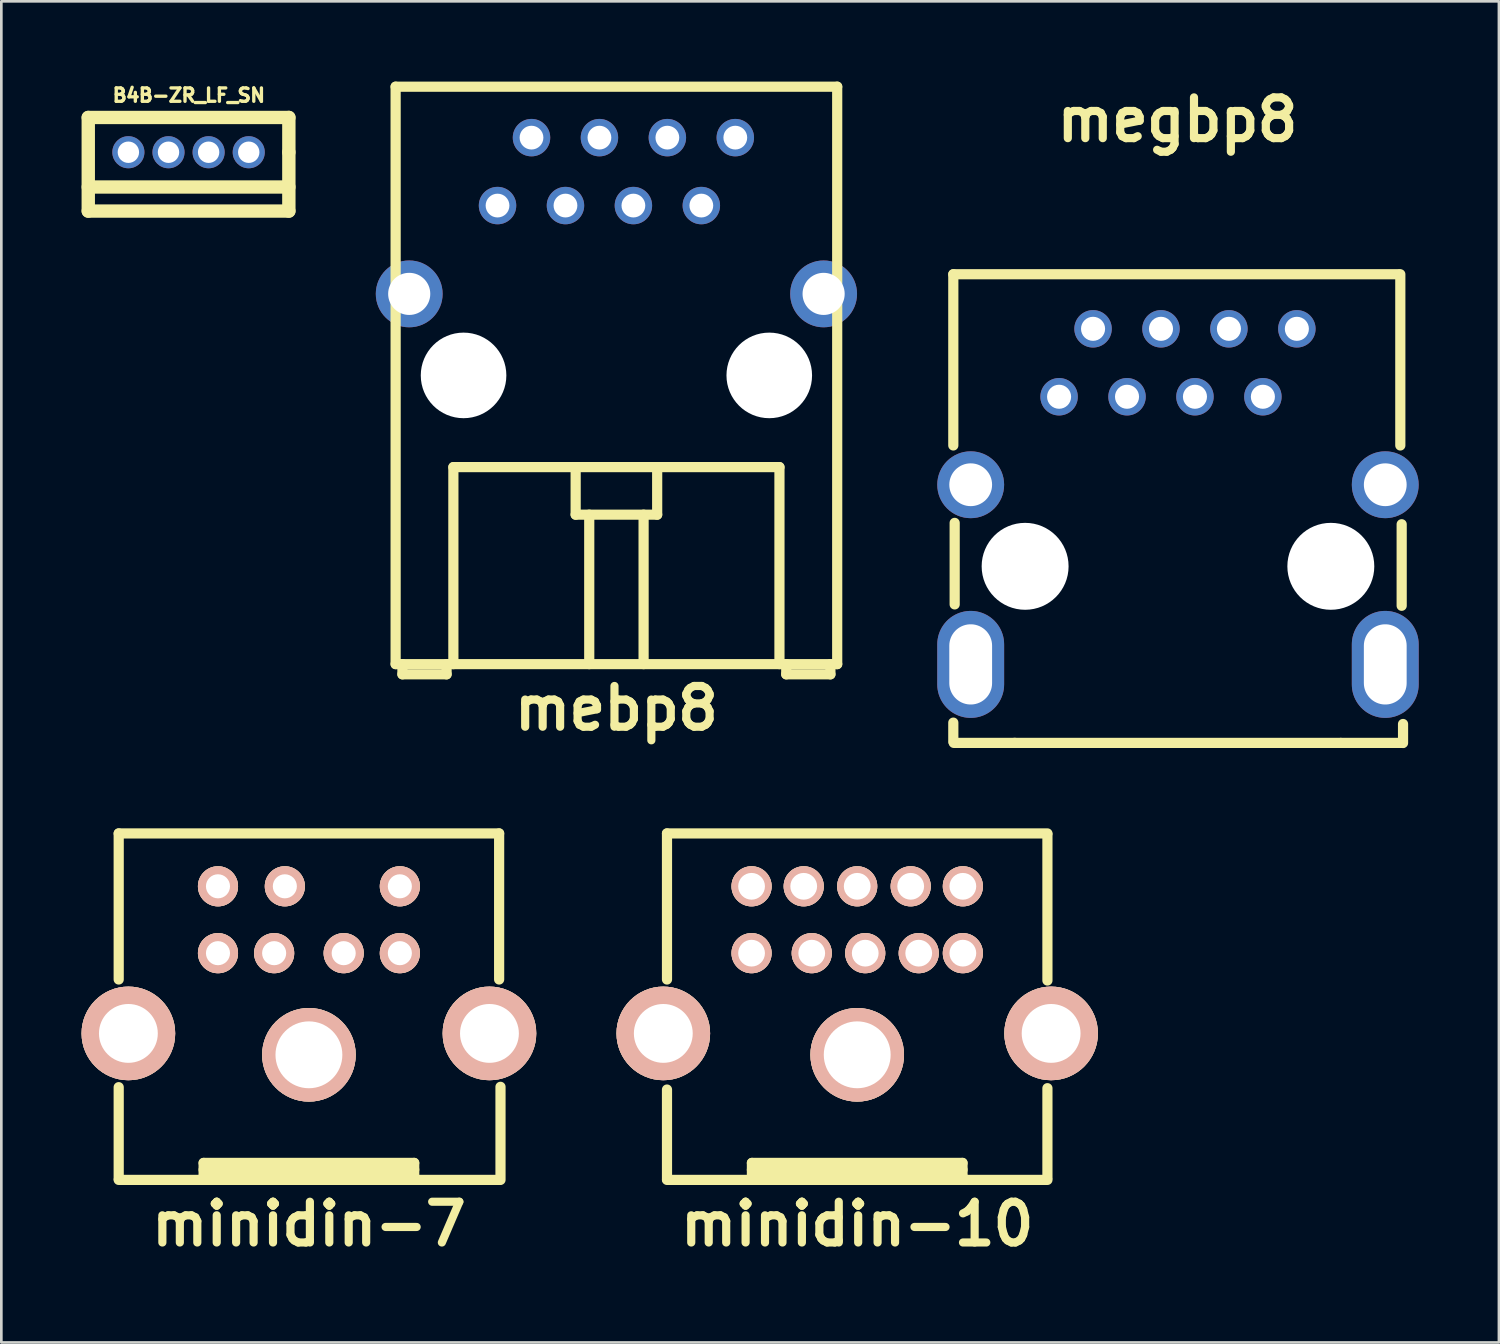
<source format=kicad_pcb>
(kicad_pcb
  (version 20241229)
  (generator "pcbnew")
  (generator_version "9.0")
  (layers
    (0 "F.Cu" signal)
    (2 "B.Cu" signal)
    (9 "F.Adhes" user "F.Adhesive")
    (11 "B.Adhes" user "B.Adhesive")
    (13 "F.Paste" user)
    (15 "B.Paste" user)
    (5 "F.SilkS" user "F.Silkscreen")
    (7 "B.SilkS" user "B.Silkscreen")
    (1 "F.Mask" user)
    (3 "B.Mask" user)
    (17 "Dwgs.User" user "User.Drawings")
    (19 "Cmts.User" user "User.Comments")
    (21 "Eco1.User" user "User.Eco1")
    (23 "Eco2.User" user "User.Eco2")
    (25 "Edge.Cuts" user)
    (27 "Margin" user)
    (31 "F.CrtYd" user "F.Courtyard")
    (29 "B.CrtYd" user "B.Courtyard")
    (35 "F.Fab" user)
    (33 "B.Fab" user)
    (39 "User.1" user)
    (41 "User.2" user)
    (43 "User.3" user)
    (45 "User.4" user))
  (footprint "mebp8"
    (layer "F.Cu")
    (at 19.997 10.986)
    (property "Reference" "mebp8" (at 0 12.446 0) (layer "F.SilkS") (effects (font (size 1.524 1.524) (thickness 0.305))))
    (attr through_hole)
    (fp_line (start -8.255 -10.795) (end 8.255 -10.795) (stroke (width 0.381) (type solid)) (layer "F.SilkS"))
    (fp_line (start -8.255 10.795) (end -8.255 -10.795) (stroke (width 0.381) (type solid)) (layer "F.SilkS"))
    (fp_line (start -8.255 10.795) (end 8.255 10.795) (stroke (width 0.381) (type solid)) (layer "F.SilkS"))
    (fp_line (start -8.001 11.176) (end -8.001 10.795) (stroke (width 0.381) (type solid)) (layer "F.SilkS"))
    (fp_line (start -8.001 11.176) (end -6.35 11.176) (stroke (width 0.381) (type solid)) (layer "F.SilkS"))
    (fp_line (start -6.35 11.176) (end -6.35 10.795) (stroke (width 0.381) (type solid)) (layer "F.SilkS"))
    (fp_line (start -6.096 3.429) (end -6.096 10.795) (stroke (width 0.381) (type solid)) (layer "F.SilkS"))
    (fp_line (start -6.096 3.429) (end 6.096 3.429) (stroke (width 0.381) (type solid)) (layer "F.SilkS"))
    (fp_line (start -1.524 5.207) (end -1.524 3.429) (stroke (width 0.381) (type solid)) (layer "F.SilkS"))
    (fp_line (start -1.016 10.795) (end -1.016 5.207) (stroke (width 0.381) (type solid)) (layer "F.SilkS"))
    (fp_line (start 1.016 5.207) (end 1.016 10.795) (stroke (width 0.381) (type solid)) (layer "F.SilkS"))
    (fp_line (start 1.524 3.429) (end 1.524 5.207) (stroke (width 0.381) (type solid)) (layer "F.SilkS"))
    (fp_line (start 1.524 5.207) (end -1.524 5.207) (stroke (width 0.381) (type solid)) (layer "F.SilkS"))
    (fp_line (start 6.096 3.429) (end 6.096 10.795) (stroke (width 0.381) (type solid)) (layer "F.SilkS"))
    (fp_line (start 6.35 11.176) (end 6.35 10.795) (stroke (width 0.381) (type solid)) (layer "F.SilkS"))
    (fp_line (start 6.35 11.176) (end 8.001 11.176) (stroke (width 0.381) (type solid)) (layer "F.SilkS"))
    (fp_line (start 8.001 11.176) (end 8.001 10.795) (stroke (width 0.381) (type solid)) (layer "F.SilkS"))
    (fp_line (start 8.255 -10.795) (end 8.255 10.795) (stroke (width 0.381) (type solid)) (layer "F.SilkS"))
    (pad "" thru_hole circle (at -7.747 -3.048) (size 2.499 2.499) (drill 1.575) (layers "*.Cu" "*.Mask"))
    (pad "" np_thru_hole circle (at -5.715 0) (size 3.2 3.2) (drill 3.2) (layers "*.Cu"))
    (pad "" np_thru_hole circle (at 5.715 0) (size 3.2 3.2) (drill 3.2) (layers "*.Cu"))
    (pad "" thru_hole circle (at 7.747 -3.048) (size 2.499 2.499) (drill 1.575) (layers "*.Cu" "*.Mask"))
    (pad "1" thru_hole circle (at -4.445 -6.35) (size 1.4 1.4) (drill 0.889) (layers "*.Cu" "*.Mask"))
    (pad "2" thru_hole circle (at -3.175 -8.89) (size 1.4 1.4) (drill 0.889) (layers "*.Cu" "*.Mask"))
    (pad "3" thru_hole circle (at -1.905 -6.35) (size 1.4 1.4) (drill 0.889) (layers "*.Cu" "*.Mask"))
    (pad "4" thru_hole circle (at -0.635 -8.89) (size 1.4 1.4) (drill 0.889) (layers "*.Cu" "*.Mask"))
    (pad "5" thru_hole circle (at 0.635 -6.35) (size 1.4 1.4) (drill 0.889) (layers "*.Cu" "*.Mask"))
    (pad "6" thru_hole circle (at 1.905 -8.89) (size 1.4 1.4) (drill 0.889) (layers "*.Cu" "*.Mask"))
    (pad "7" thru_hole circle (at 3.175 -6.35) (size 1.4 1.4) (drill 0.889) (layers "*.Cu" "*.Mask"))
    (pad "8" thru_hole circle (at 4.445 -8.89) (size 1.4 1.4) (drill 0.889) (layers "*.Cu" "*.Mask")))
  (footprint "B4B-ZR_LF_SN"
    (layer "F.Cu")
    (at 4 2.642)
    (property "Reference" "B4B-ZR_LF_SN" (at 0.01 -2.13 0) (layer "F.SilkS") (effects (font (size 0.5 0.5) (thickness 0.125))))
    (attr through_hole)
    (fp_line (start -3.75 -1.3) (end 3.75 -1.3) (stroke (width 0.5) (type solid)) (layer "F.SilkS"))
    (fp_line (start -3.75 1.3) (end 3.75 1.3) (stroke (width 0.5) (type solid)) (layer "F.SilkS"))
    (fp_line (start -3.75 2.2) (end -3.75 -1.3) (stroke (width 0.5) (type solid)) (layer "F.SilkS"))
    (fp_line (start 3.75 -1.3) (end 3.75 0) (stroke (width 0.5) (type solid)) (layer "F.SilkS"))
    (fp_line (start 3.75 0) (end 3.75 2.2) (stroke (width 0.5) (type solid)) (layer "F.SilkS"))
    (fp_line (start 3.75 2.2) (end -3.75 2.2) (stroke (width 0.5) (type solid)) (layer "F.SilkS"))
    (pad "1" thru_hole circle (at -2.25 0) (size 1.2 1.2) (drill 0.8) (layers "*.Cu" "*.Mask"))
    (pad "2" thru_hole circle (at -0.75 0) (size 1.2 1.2) (drill 0.8) (layers "*.Cu" "*.Mask"))
    (pad "3" thru_hole circle (at 0.75 0) (size 1.2 1.2) (drill 0.8) (layers "*.Cu" "*.Mask"))
    (pad "4" thru_hole circle (at 2.25 0) (size 1.2 1.2) (drill 0.8) (layers "*.Cu" "*.Mask")))
  (footprint "megbp8"
    (layer "F.Cu")
    (at 40.975 18.126)
    (property "Reference" "megbp8" (at 0 -16.7 0) (layer "F.SilkS") (effects (font (size 1.524 1.524) (thickness 0.305))))
    (attr through_hole)
    (fp_line (start -8.382 -10.922) (end -8.382 -4.521) (stroke (width 0.381) (type solid)) (layer "F.SilkS"))
    (fp_line (start -8.382 -10.922) (end 8.273 -10.922) (stroke (width 0.381) (type solid)) (layer "F.SilkS"))
    (fp_line (start -8.382 5.842) (end -8.382 6.553) (stroke (width 0.381) (type solid)) (layer "F.SilkS"))
    (fp_line (start -8.364 6.6) (end -6.078 6.6) (stroke (width 0.381) (type solid)) (layer "F.SilkS"))
    (fp_line (start -8.331 -1.626) (end -8.331 1.422) (stroke (width 0.381) (type solid)) (layer "F.SilkS"))
    (fp_line (start -6.096 6.6) (end 6.096 6.6) (stroke (width 0.381) (type solid)) (layer "F.SilkS"))
    (fp_line (start 8.331 -10.922) (end 8.331 -4.521) (stroke (width 0.381) (type solid)) (layer "F.SilkS"))
    (fp_line (start 8.382 -1.575) (end 8.382 1.473) (stroke (width 0.381) (type solid)) (layer "F.SilkS"))
    (fp_line (start 8.4 6.6) (end 6.114 6.6) (stroke (width 0.381) (type solid)) (layer "F.SilkS"))
    (fp_line (start 8.433 5.893) (end 8.433 6.604) (stroke (width 0.381) (type solid)) (layer "F.SilkS"))
    (pad "" np_thru_hole circle (at -5.697 -0.002) (size 3.25 3.25) (drill 3.25) (layers "*.Cu"))
    (pad "" np_thru_hole circle (at 5.733 -0.002) (size 3.25 3.25) (drill 3.25) (layers "*.Cu"))
    (pad "1" thru_hole circle (at -4.427 -6.342) (size 1.4 1.4) (drill 0.9) (layers "*.Cu" "*.Mask"))
    (pad "2" thru_hole circle (at -3.157 -8.882) (size 1.4 1.4) (drill 0.9) (layers "*.Cu" "*.Mask"))
    (pad "3" thru_hole circle (at -1.887 -6.342) (size 1.4 1.4) (drill 0.9) (layers "*.Cu" "*.Mask"))
    (pad "4" thru_hole circle (at -0.617 -8.882) (size 1.4 1.4) (drill 0.9) (layers "*.Cu" "*.Mask"))
    (pad "5" thru_hole circle (at 0.653 -6.342) (size 1.4 1.4) (drill 0.9) (layers "*.Cu" "*.Mask"))
    (pad "6" thru_hole circle (at 1.923 -8.882) (size 1.4 1.4) (drill 0.9) (layers "*.Cu" "*.Mask"))
    (pad "7" thru_hole circle (at 3.193 -6.342) (size 1.4 1.4) (drill 0.9) (layers "*.Cu" "*.Mask"))
    (pad "8" thru_hole circle (at 4.463 -8.882) (size 1.4 1.4) (drill 0.9) (layers "*.Cu" "*.Mask"))
    (pad "SH" thru_hole circle (at -7.732 -3.052) (size 2.5 2.5) (drill 1.6) (layers "*.Cu" "*.Mask"))
    (pad "SH" thru_hole oval (at -7.732 3.665) (size 2.5 4) (drill oval 1.6 3) (layers "*.Cu" "*.Mask"))
    (pad "SH" thru_hole circle (at 7.768 -3.052) (size 2.5 2.5) (drill 1.6) (layers "*.Cu" "*.Mask"))
    (pad "SH" thru_hole oval (at 7.768 3.665) (size 2.5 4) (drill oval 1.6 3) (layers "*.Cu" "*.Mask")))
  (footprint "minidin-10"
    (layer "F.Cu")
    (at 29 34.588)
    (property "Reference" "minidin-10" (at 0 8.128 0) (layer "F.SilkS") (effects (font (size 1.524 1.524) (thickness 0.305))))
    (attr through_hole)
    (fp_line (start -7.112 -6.477) (end -7.112 -1.016) (stroke (width 0.381) (type solid)) (layer "F.SilkS"))
    (fp_line (start -7.112 3.099) (end -7.112 6.452) (stroke (width 0.381) (type solid)) (layer "F.SilkS"))
    (fp_line (start -7.112 6.477) (end 7.112 6.477) (stroke (width 0.381) (type solid)) (layer "F.SilkS"))
    (fp_line (start -3.937 5.842) (end -3.937 6.35) (stroke (width 0.381) (type solid)) (layer "F.SilkS"))
    (fp_line (start -3.937 5.842) (end 3.937 5.842) (stroke (width 0.381) (type solid)) (layer "F.SilkS"))
    (fp_line (start -3.937 6.096) (end 3.937 6.096) (stroke (width 0.381) (type solid)) (layer "F.SilkS"))
    (fp_line (start 3.937 5.842) (end 3.937 6.35) (stroke (width 0.381) (type solid)) (layer "F.SilkS"))
    (fp_line (start 3.937 6.35) (end -3.937 6.35) (stroke (width 0.381) (type solid)) (layer "F.SilkS"))
    (fp_line (start 7.112 -6.477) (end -7.112 -6.477) (stroke (width 0.381) (type solid)) (layer "F.SilkS"))
    (fp_line (start 7.112 -6.439) (end 7.112 -0.978) (stroke (width 0.381) (type solid)) (layer "F.SilkS"))
    (fp_line (start 7.112 3.048) (end 7.112 6.401) (stroke (width 0.381) (type solid)) (layer "F.SilkS"))
    (pad "1" thru_hole circle (at 2.3 -2) (size 1.5 1.5) (drill 1) (layers "*.Cu" "*.SilkS" "*.Mask"))
    (pad "2" thru_hole circle (at 0.3 -2) (size 1.5 1.5) (drill 1) (layers "*.Cu" "*.SilkS" "*.Mask"))
    (pad "3" thru_hole circle (at -1.7 -2) (size 1.5 1.5) (drill 1) (layers "*.Cu" "*.SilkS" "*.Mask"))
    (pad "4" thru_hole circle (at 3.95 -2) (size 1.5 1.5) (drill 1) (layers "*.Cu" "*.SilkS" "*.Mask"))
    (pad "5" thru_hole circle (at 2 -4.5) (size 1.5 1.5) (drill 1) (layers "*.Cu" "*.SilkS" "*.Mask"))
    (pad "6" thru_hole circle (at 0 -4.5) (size 1.5 1.5) (drill 1) (layers "*.Cu" "*.SilkS" "*.Mask"))
    (pad "7" thru_hole circle (at -3.95 -2) (size 1.5 1.5) (drill 1) (layers "*.Cu" "*.SilkS" "*.Mask"))
    (pad "8" thru_hole circle (at 3.95 -4.5) (size 1.5 1.5) (drill 1) (layers "*.Cu" "*.SilkS" "*.Mask"))
    (pad "9" thru_hole circle (at -2 -4.5) (size 1.5 1.5) (drill 1) (layers "*.Cu" "*.SilkS" "*.Mask"))
    (pad "10" thru_hole circle (at -3.95 -4.5) (size 1.5 1.5) (drill 1) (layers "*.Cu" "*.SilkS" "*.Mask"))
    (pad "11" thru_hole circle (at -7.25 1) (size 3.5 3.5) (drill 2.2) (layers "*.Cu" "*.SilkS" "*.Mask"))
    (pad "12" thru_hole circle (at 0 1.8) (size 3.5 3.5) (drill 2.5) (layers "*.Cu" "*.SilkS" "*.Mask"))
    (pad "13" thru_hole circle (at 7.25 1) (size 3.5 3.5) (drill 2.2) (layers "*.Cu" "*.SilkS" "*.Mask")))
  (footprint "minidin-7"
    (layer "F.Cu")
    (at 8.5 34.588)
    (property "Reference" "minidin-7" (at 0 8.128 0) (layer "F.SilkS") (effects (font (size 1.524 1.524) (thickness 0.305))))
    (attr through_hole)
    (fp_line (start -7.112 -6.477) (end -7.112 -1.016) (stroke (width 0.381) (type solid)) (layer "F.SilkS"))
    (fp_line (start -7.112 3.01) (end -7.112 6.439) (stroke (width 0.381) (type solid)) (layer "F.SilkS"))
    (fp_line (start -7.112 6.477) (end 7.112 6.477) (stroke (width 0.381) (type solid)) (layer "F.SilkS"))
    (fp_line (start -3.937 5.842) (end -3.937 6.35) (stroke (width 0.381) (type solid)) (layer "F.SilkS"))
    (fp_line (start -3.937 5.842) (end 3.937 5.842) (stroke (width 0.381) (type solid)) (layer "F.SilkS"))
    (fp_line (start -3.937 6.096) (end 3.937 6.096) (stroke (width 0.381) (type solid)) (layer "F.SilkS"))
    (fp_line (start 3.937 5.842) (end 3.937 6.35) (stroke (width 0.381) (type solid)) (layer "F.SilkS"))
    (fp_line (start 3.937 6.35) (end -3.937 6.35) (stroke (width 0.381) (type solid)) (layer "F.SilkS"))
    (fp_line (start 7.112 -6.477) (end -7.112 -6.477) (stroke (width 0.381) (type solid)) (layer "F.SilkS"))
    (fp_line (start 7.112 -1.016) (end 7.112 -6.477) (stroke (width 0.381) (type solid)) (layer "F.SilkS"))
    (fp_line (start 7.163 6.477) (end 7.163 2.997) (stroke (width 0.381) (type solid)) (layer "F.SilkS"))
    (pad "1" thru_hole circle (at 1.3 -2) (size 1.5 1.5) (drill 0.9) (layers "*.Cu" "*.SilkS" "*.Mask"))
    (pad "2" thru_hole circle (at -1.3 -2) (size 1.5 1.5) (drill 0.9) (layers "*.Cu" "*.SilkS" "*.Mask"))
    (pad "3" thru_hole circle (at 3.4 -2) (size 1.5 1.5) (drill 0.9) (layers "*.Cu" "*.SilkS" "*.Mask"))
    (pad "4" thru_hole circle (at -3.4 -2) (size 1.5 1.5) (drill 0.9) (layers "*.Cu" "*.SilkS" "*.Mask"))
    (pad "5" thru_hole circle (at 3.4 -4.5) (size 1.5 1.5) (drill 0.9) (layers "*.Cu" "*.SilkS" "*.Mask"))
    (pad "6" thru_hole circle (at -0.9 -4.5) (size 1.5 1.5) (drill 0.9) (layers "*.Cu" "*.SilkS" "*.Mask"))
    (pad "7" thru_hole circle (at -3.4 -4.5) (size 1.5 1.5) (drill 0.9) (layers "*.Cu" "*.SilkS" "*.Mask"))
    (pad "8" thru_hole circle (at -6.75 1) (size 3.5 3.5) (drill 2.2) (layers "*.Cu" "*.SilkS" "*.Mask"))
    (pad "9" thru_hole circle (at 0 1.8) (size 3.5 3.5) (drill 2.5) (layers "*.Cu" "*.SilkS" "*.Mask"))
    (pad "10" thru_hole circle (at 6.75 1) (size 3.5 3.5) (drill 2.2) (layers "*.Cu" "*.SilkS" "*.Mask")))
  (gr_rect
    (start -3 -3)
    (end 52.993 47.143)
    (stroke (width 0.1) (type default))
    (fill no)
    (layer "Edge.Cuts")))
</source>
